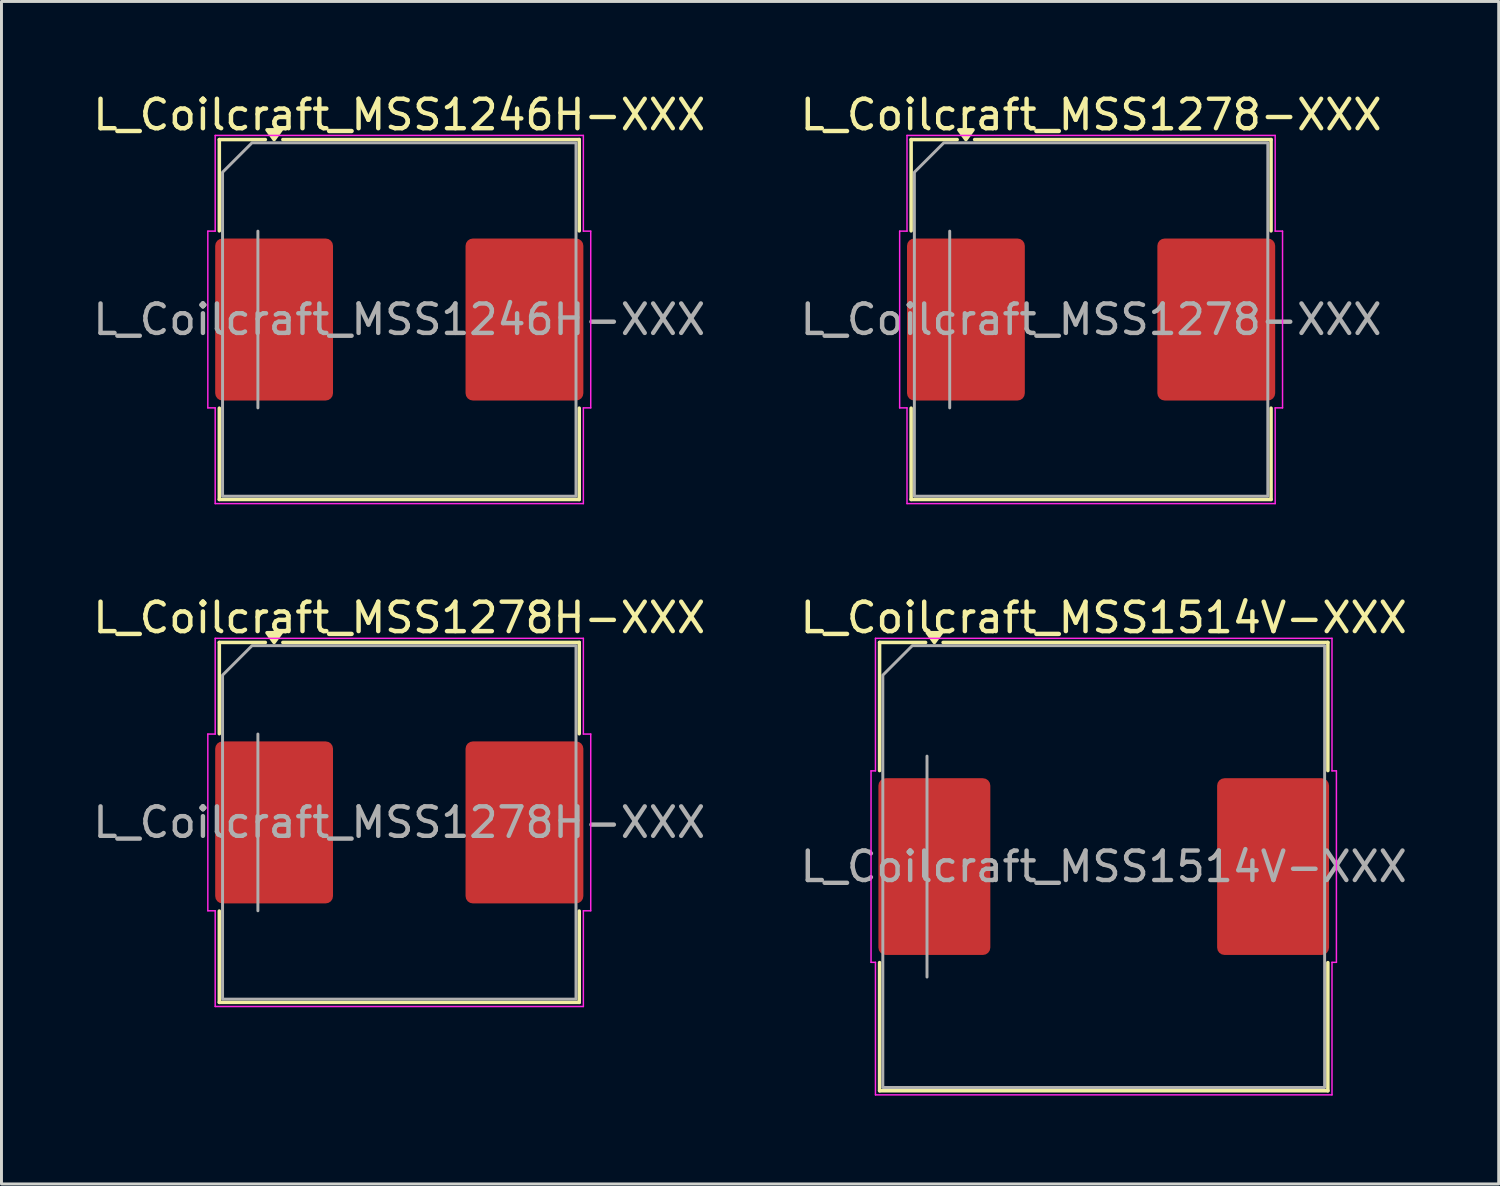
<source format=kicad_pcb>
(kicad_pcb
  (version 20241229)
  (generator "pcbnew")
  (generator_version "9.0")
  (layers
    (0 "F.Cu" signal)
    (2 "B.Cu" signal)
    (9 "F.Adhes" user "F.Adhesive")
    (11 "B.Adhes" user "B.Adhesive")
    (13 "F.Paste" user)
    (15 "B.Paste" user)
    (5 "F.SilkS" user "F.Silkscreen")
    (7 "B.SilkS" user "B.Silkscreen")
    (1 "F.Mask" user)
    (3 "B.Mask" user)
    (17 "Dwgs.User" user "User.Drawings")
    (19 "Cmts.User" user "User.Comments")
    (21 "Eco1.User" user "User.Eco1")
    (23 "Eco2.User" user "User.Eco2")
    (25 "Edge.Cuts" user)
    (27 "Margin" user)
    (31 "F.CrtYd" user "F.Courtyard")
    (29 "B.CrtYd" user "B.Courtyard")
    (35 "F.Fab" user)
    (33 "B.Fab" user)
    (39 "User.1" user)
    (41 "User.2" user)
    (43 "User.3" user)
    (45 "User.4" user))
  (footprint "L_Coilcraft_MSS1278H-XXX"
    (layer "F.Cu")
    (at 10.506 24.872)
    (property "Reference" "L_Coilcraft_MSS1278H-XXX" (at 0 -6.95 0) (layer "F.SilkS") (effects (font (size 1 1) (thickness 0.15))))
    (attr smd)
    (fp_line (start -6.11 -6.11) (end -4.547 -6.11) (stroke (width 0.12) (type solid)) (layer "F.SilkS"))
    (fp_line (start -6.11 -3.01) (end -6.11 -6.11) (stroke (width 0.12) (type solid)) (layer "F.SilkS"))
    (fp_line (start -6.11 6.11) (end -6.11 3.01) (stroke (width 0.12) (type solid)) (layer "F.SilkS"))
    (fp_line (start -3.953 -6.11) (end 6.11 -6.11) (stroke (width 0.12) (type solid)) (layer "F.SilkS"))
    (fp_line (start 6.11 -6.11) (end 6.11 -3.01) (stroke (width 0.12) (type solid)) (layer "F.SilkS"))
    (fp_line (start 6.11 3.01) (end 6.11 6.11) (stroke (width 0.12) (type solid)) (layer "F.SilkS"))
    (fp_line (start 6.11 6.11) (end -6.11 6.11) (stroke (width 0.12) (type solid)) (layer "F.SilkS"))
    (fp_poly (pts (xy -4.25 -6.11) (xy -4.49 -6.44) (xy -4.01 -6.44)) (stroke (width 0.12) (type solid)) (fill yes) (layer "F.SilkS"))
    (fp_line (start -6.5 -3) (end -6.25 -3) (stroke (width 0.05) (type solid)) (layer "F.CrtYd"))
    (fp_line (start -6.5 3) (end -6.5 -3) (stroke (width 0.05) (type solid)) (layer "F.CrtYd"))
    (fp_line (start -6.25 -6.25) (end 6.25 -6.25) (stroke (width 0.05) (type solid)) (layer "F.CrtYd"))
    (fp_line (start -6.25 -3) (end -6.25 -6.25) (stroke (width 0.05) (type solid)) (layer "F.CrtYd"))
    (fp_line (start -6.25 3) (end -6.5 3) (stroke (width 0.05) (type solid)) (layer "F.CrtYd"))
    (fp_line (start -6.25 6.25) (end -6.25 3) (stroke (width 0.05) (type solid)) (layer "F.CrtYd"))
    (fp_line (start 6.25 -6.25) (end 6.25 -3) (stroke (width 0.05) (type solid)) (layer "F.CrtYd"))
    (fp_line (start 6.25 -3) (end 6.5 -3) (stroke (width 0.05) (type solid)) (layer "F.CrtYd"))
    (fp_line (start 6.25 3) (end 6.25 6.25) (stroke (width 0.05) (type solid)) (layer "F.CrtYd"))
    (fp_line (start 6.25 6.25) (end -6.25 6.25) (stroke (width 0.05) (type solid)) (layer "F.CrtYd"))
    (fp_line (start 6.5 -3) (end 6.5 3) (stroke (width 0.05) (type solid)) (layer "F.CrtYd"))
    (fp_line (start 6.5 3) (end 6.25 3) (stroke (width 0.05) (type solid)) (layer "F.CrtYd"))
    (fp_line (start -4.8 3) (end -4.8 -3) (stroke (width 0.1) (type solid)) (layer "F.Fab"))
    (fp_poly (pts (xy -6 -5) (xy -6 6) (xy 6 6) (xy 6 -6) (xy -5 -6)) (stroke (width 0.1) (type solid)) (fill no) (layer "F.Fab"))
    (fp_text user "${REFERENCE}" (at 0 0 0) (layer "F.Fab") (effects (font (size 1 1) (thickness 0.15))))
    (pad "1" smd roundrect (at -4.25 0) (size 4 5.5) (layers "F.Cu" "F.Mask" "F.Paste") (roundrect_rratio 0.062))
    (pad "2" smd roundrect (at 4.25 0) (size 4 5.5) (layers "F.Cu" "F.Mask" "F.Paste") (roundrect_rratio 0.062)))
  (footprint "L_Coilcraft_MSS1514V-XXX"
    (layer "F.Cu")
    (at 34.423 26.372)
    (property "Reference" "L_Coilcraft_MSS1514V-XXX" (at 0 -8.45 0) (layer "F.SilkS") (effects (font (size 1 1) (thickness 0.15))))
    (attr smd)
    (fp_line (start -7.61 -7.61) (end -6.047 -7.61) (stroke (width 0.12) (type solid)) (layer "F.SilkS"))
    (fp_line (start -7.61 -3.26) (end -7.61 -7.61) (stroke (width 0.12) (type solid)) (layer "F.SilkS"))
    (fp_line (start -7.61 7.61) (end -7.61 3.26) (stroke (width 0.12) (type solid)) (layer "F.SilkS"))
    (fp_line (start -5.453 -7.61) (end 7.61 -7.61) (stroke (width 0.12) (type solid)) (layer "F.SilkS"))
    (fp_line (start 7.61 -7.61) (end 7.61 -3.26) (stroke (width 0.12) (type solid)) (layer "F.SilkS"))
    (fp_line (start 7.61 3.26) (end 7.61 7.61) (stroke (width 0.12) (type solid)) (layer "F.SilkS"))
    (fp_line (start 7.61 7.61) (end -7.61 7.61) (stroke (width 0.12) (type solid)) (layer "F.SilkS"))
    (fp_poly (pts (xy -5.75 -7.61) (xy -5.99 -7.94) (xy -5.51 -7.94)) (stroke (width 0.12) (type solid)) (fill yes) (layer "F.SilkS"))
    (fp_line (start -7.9 -3.25) (end -7.75 -3.25) (stroke (width 0.05) (type solid)) (layer "F.CrtYd"))
    (fp_line (start -7.9 3.25) (end -7.9 -3.25) (stroke (width 0.05) (type solid)) (layer "F.CrtYd"))
    (fp_line (start -7.75 -7.75) (end 7.75 -7.75) (stroke (width 0.05) (type solid)) (layer "F.CrtYd"))
    (fp_line (start -7.75 -3.25) (end -7.75 -7.75) (stroke (width 0.05) (type solid)) (layer "F.CrtYd"))
    (fp_line (start -7.75 3.25) (end -7.9 3.25) (stroke (width 0.05) (type solid)) (layer "F.CrtYd"))
    (fp_line (start -7.75 7.75) (end -7.75 3.25) (stroke (width 0.05) (type solid)) (layer "F.CrtYd"))
    (fp_line (start 7.75 -7.75) (end 7.75 -3.25) (stroke (width 0.05) (type solid)) (layer "F.CrtYd"))
    (fp_line (start 7.75 -3.25) (end 7.9 -3.25) (stroke (width 0.05) (type solid)) (layer "F.CrtYd"))
    (fp_line (start 7.75 3.25) (end 7.75 7.75) (stroke (width 0.05) (type solid)) (layer "F.CrtYd"))
    (fp_line (start 7.75 7.75) (end -7.75 7.75) (stroke (width 0.05) (type solid)) (layer "F.CrtYd"))
    (fp_line (start 7.9 -3.25) (end 7.9 3.25) (stroke (width 0.05) (type solid)) (layer "F.CrtYd"))
    (fp_line (start 7.9 3.25) (end 7.75 3.25) (stroke (width 0.05) (type solid)) (layer "F.CrtYd"))
    (fp_line (start -6 3.75) (end -6 -3.75) (stroke (width 0.1) (type solid)) (layer "F.Fab"))
    (fp_poly (pts (xy -7.5 -6.5) (xy -7.5 7.5) (xy 7.5 7.5) (xy 7.5 -7.5) (xy -6.5 -7.5)) (stroke (width 0.1) (type solid)) (fill no) (layer "F.Fab"))
    (fp_text user "${REFERENCE}" (at 0 0 0) (layer "F.Fab") (effects (font (size 1 1) (thickness 0.15))))
    (pad "1" smd roundrect (at -5.75 0) (size 3.8 6) (layers "F.Cu" "F.Mask" "F.Paste") (roundrect_rratio 0.066))
    (pad "2" smd roundrect (at 5.75 0) (size 3.8 6) (layers "F.Cu" "F.Mask" "F.Paste") (roundrect_rratio 0.066)))
  (footprint "L_Coilcraft_MSS1246H-XXX"
    (layer "F.Cu")
    (at 10.506 7.798)
    (property "Reference" "L_Coilcraft_MSS1246H-XXX" (at 0 -6.95 0) (layer "F.SilkS") (effects (font (size 1 1) (thickness 0.15))))
    (attr smd)
    (fp_line (start -6.11 -6.11) (end -4.547 -6.11) (stroke (width 0.12) (type solid)) (layer "F.SilkS"))
    (fp_line (start -6.11 -3.01) (end -6.11 -6.11) (stroke (width 0.12) (type solid)) (layer "F.SilkS"))
    (fp_line (start -6.11 6.11) (end -6.11 3.01) (stroke (width 0.12) (type solid)) (layer "F.SilkS"))
    (fp_line (start -3.953 -6.11) (end 6.11 -6.11) (stroke (width 0.12) (type solid)) (layer "F.SilkS"))
    (fp_line (start 6.11 -6.11) (end 6.11 -3.01) (stroke (width 0.12) (type solid)) (layer "F.SilkS"))
    (fp_line (start 6.11 3.01) (end 6.11 6.11) (stroke (width 0.12) (type solid)) (layer "F.SilkS"))
    (fp_line (start 6.11 6.11) (end -6.11 6.11) (stroke (width 0.12) (type solid)) (layer "F.SilkS"))
    (fp_poly (pts (xy -4.25 -6.11) (xy -4.49 -6.44) (xy -4.01 -6.44)) (stroke (width 0.12) (type solid)) (fill yes) (layer "F.SilkS"))
    (fp_line (start -6.5 -3) (end -6.25 -3) (stroke (width 0.05) (type solid)) (layer "F.CrtYd"))
    (fp_line (start -6.5 3) (end -6.5 -3) (stroke (width 0.05) (type solid)) (layer "F.CrtYd"))
    (fp_line (start -6.25 -6.25) (end 6.25 -6.25) (stroke (width 0.05) (type solid)) (layer "F.CrtYd"))
    (fp_line (start -6.25 -3) (end -6.25 -6.25) (stroke (width 0.05) (type solid)) (layer "F.CrtYd"))
    (fp_line (start -6.25 3) (end -6.5 3) (stroke (width 0.05) (type solid)) (layer "F.CrtYd"))
    (fp_line (start -6.25 6.25) (end -6.25 3) (stroke (width 0.05) (type solid)) (layer "F.CrtYd"))
    (fp_line (start 6.25 -6.25) (end 6.25 -3) (stroke (width 0.05) (type solid)) (layer "F.CrtYd"))
    (fp_line (start 6.25 -3) (end 6.5 -3) (stroke (width 0.05) (type solid)) (layer "F.CrtYd"))
    (fp_line (start 6.25 3) (end 6.25 6.25) (stroke (width 0.05) (type solid)) (layer "F.CrtYd"))
    (fp_line (start 6.25 6.25) (end -6.25 6.25) (stroke (width 0.05) (type solid)) (layer "F.CrtYd"))
    (fp_line (start 6.5 -3) (end 6.5 3) (stroke (width 0.05) (type solid)) (layer "F.CrtYd"))
    (fp_line (start 6.5 3) (end 6.25 3) (stroke (width 0.05) (type solid)) (layer "F.CrtYd"))
    (fp_line (start -4.8 3) (end -4.8 -3) (stroke (width 0.1) (type solid)) (layer "F.Fab"))
    (fp_poly (pts (xy -6 -5) (xy -6 6) (xy 6 6) (xy 6 -6) (xy -5 -6)) (stroke (width 0.1) (type solid)) (fill no) (layer "F.Fab"))
    (fp_text user "${REFERENCE}" (at 0 0 0) (layer "F.Fab") (effects (font (size 1 1) (thickness 0.15))))
    (pad "1" smd roundrect (at -4.25 0) (size 4 5.5) (layers "F.Cu" "F.Mask" "F.Paste") (roundrect_rratio 0.062))
    (pad "2" smd roundrect (at 4.25 0) (size 4 5.5) (layers "F.Cu" "F.Mask" "F.Paste") (roundrect_rratio 0.062)))
  (footprint "L_Coilcraft_MSS1278-XXX"
    (layer "F.Cu")
    (at 33.994 7.798)
    (property "Reference" "L_Coilcraft_MSS1278-XXX" (at 0 -6.95 0) (layer "F.SilkS") (effects (font (size 1 1) (thickness 0.15))))
    (attr smd)
    (fp_line (start -6.11 -6.11) (end -4.547 -6.11) (stroke (width 0.12) (type solid)) (layer "F.SilkS"))
    (fp_line (start -6.11 -3.01) (end -6.11 -6.11) (stroke (width 0.12) (type solid)) (layer "F.SilkS"))
    (fp_line (start -6.11 6.11) (end -6.11 3.01) (stroke (width 0.12) (type solid)) (layer "F.SilkS"))
    (fp_line (start -3.953 -6.11) (end 6.11 -6.11) (stroke (width 0.12) (type solid)) (layer "F.SilkS"))
    (fp_line (start 6.11 -6.11) (end 6.11 -3.01) (stroke (width 0.12) (type solid)) (layer "F.SilkS"))
    (fp_line (start 6.11 3.01) (end 6.11 6.11) (stroke (width 0.12) (type solid)) (layer "F.SilkS"))
    (fp_line (start 6.11 6.11) (end -6.11 6.11) (stroke (width 0.12) (type solid)) (layer "F.SilkS"))
    (fp_poly (pts (xy -4.25 -6.11) (xy -4.49 -6.44) (xy -4.01 -6.44)) (stroke (width 0.12) (type solid)) (fill yes) (layer "F.SilkS"))
    (fp_line (start -6.5 -3) (end -6.25 -3) (stroke (width 0.05) (type solid)) (layer "F.CrtYd"))
    (fp_line (start -6.5 3) (end -6.5 -3) (stroke (width 0.05) (type solid)) (layer "F.CrtYd"))
    (fp_line (start -6.25 -6.25) (end 6.25 -6.25) (stroke (width 0.05) (type solid)) (layer "F.CrtYd"))
    (fp_line (start -6.25 -3) (end -6.25 -6.25) (stroke (width 0.05) (type solid)) (layer "F.CrtYd"))
    (fp_line (start -6.25 3) (end -6.5 3) (stroke (width 0.05) (type solid)) (layer "F.CrtYd"))
    (fp_line (start -6.25 6.25) (end -6.25 3) (stroke (width 0.05) (type solid)) (layer "F.CrtYd"))
    (fp_line (start 6.25 -6.25) (end 6.25 -3) (stroke (width 0.05) (type solid)) (layer "F.CrtYd"))
    (fp_line (start 6.25 -3) (end 6.5 -3) (stroke (width 0.05) (type solid)) (layer "F.CrtYd"))
    (fp_line (start 6.25 3) (end 6.25 6.25) (stroke (width 0.05) (type solid)) (layer "F.CrtYd"))
    (fp_line (start 6.25 6.25) (end -6.25 6.25) (stroke (width 0.05) (type solid)) (layer "F.CrtYd"))
    (fp_line (start 6.5 -3) (end 6.5 3) (stroke (width 0.05) (type solid)) (layer "F.CrtYd"))
    (fp_line (start 6.5 3) (end 6.25 3) (stroke (width 0.05) (type solid)) (layer "F.CrtYd"))
    (fp_line (start -4.8 3) (end -4.8 -3) (stroke (width 0.1) (type solid)) (layer "F.Fab"))
    (fp_poly (pts (xy -6 -5) (xy -6 6) (xy 6 6) (xy 6 -6) (xy -5 -6)) (stroke (width 0.1) (type solid)) (fill no) (layer "F.Fab"))
    (fp_text user "${REFERENCE}" (at 0 0 0) (layer "F.Fab") (effects (font (size 1 1) (thickness 0.15))))
    (pad "1" smd roundrect (at -4.25 0) (size 4 5.5) (layers "F.Cu" "F.Mask" "F.Paste") (roundrect_rratio 0.062))
    (pad "2" smd roundrect (at 4.25 0) (size 4 5.5) (layers "F.Cu" "F.Mask" "F.Paste") (roundrect_rratio 0.062)))
  (gr_rect
    (start -3 -3)
    (end 47.833 37.147)
    (stroke (width 0.1) (type default))
    (fill no)
    (layer "Edge.Cuts")))
</source>
